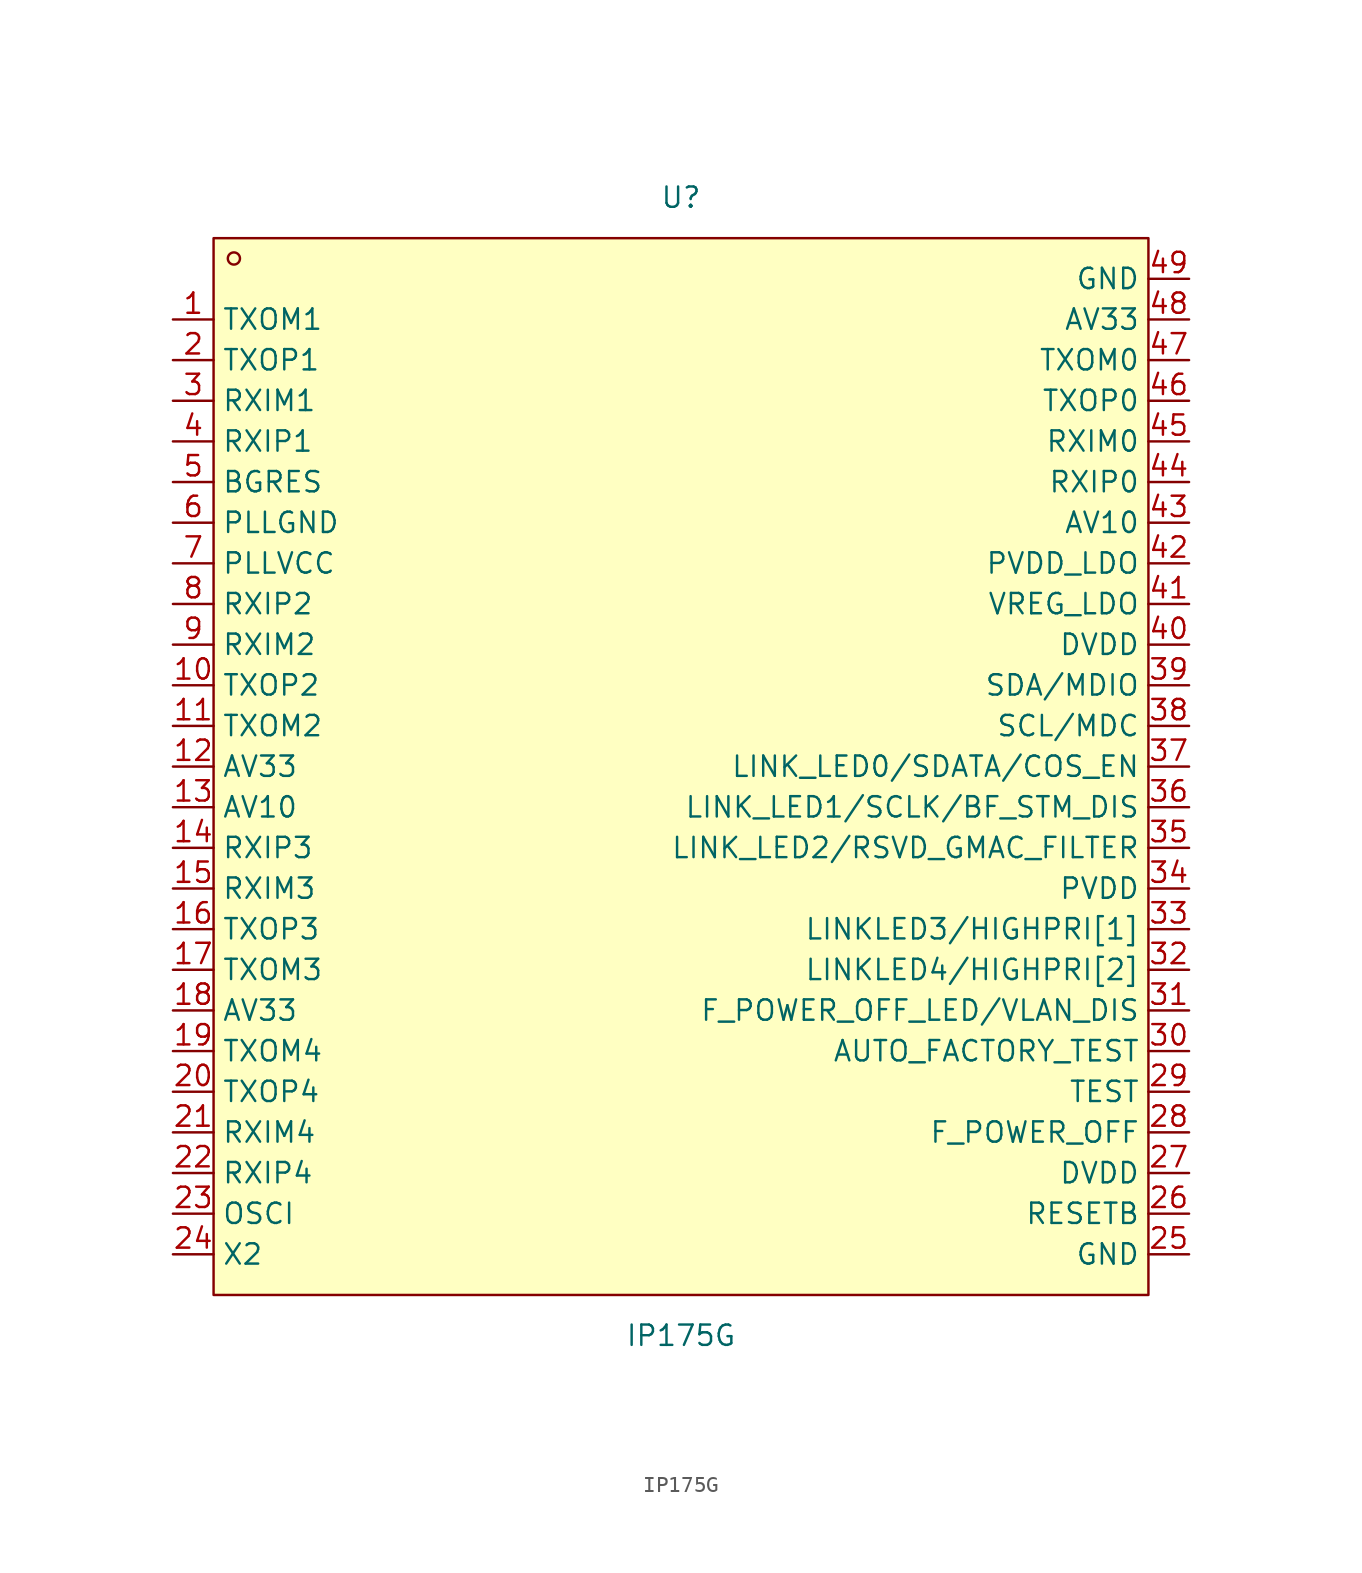
<source format=kicad_sym>
(kicad_symbol_lib
  (version 20231120)
  (generator "kicad_symbol_editor")
  (generator_version "8.0")
  (symbol "IP175G"
    (property "Reference" "U"
      (at 0 35.56 0)
      (effects (font (size 1.27 1.27))))
    (property "Value" "IP175G"
      (at 0 -35.56 0)
      (effects (font (size 1.27 1.27))))
    (symbol "IP175G_0_1"
      (rectangle (start -29.21 33.02) (end 29.21 -33.02) (stroke (width 0) (type default)) (fill (type background)))
      (circle (center -27.94 31.75) (radius 0.38) (stroke (width 0) (type default)) (fill (type none)))
      (pin unspecified line (at -31.75 27.94 0) (length 2.54) (name "TXOM1" (effects (font (size 1.27 1.27)))) (number "1" (effects (font (size 1.27 1.27)))))
      (pin unspecified line (at -31.75 5.08 0) (length 2.54) (name "TXOP2" (effects (font (size 1.27 1.27)))) (number "10" (effects (font (size 1.27 1.27)))))
      (pin unspecified line (at -31.75 2.54 0) (length 2.54) (name "TXOM2" (effects (font (size 1.27 1.27)))) (number "11" (effects (font (size 1.27 1.27)))))
      (pin unspecified line (at -31.75 0 0) (length 2.54) (name "AV33" (effects (font (size 1.27 1.27)))) (number "12" (effects (font (size 1.27 1.27)))))
      (pin unspecified line (at -31.75 -2.54 0) (length 2.54) (name "AV10" (effects (font (size 1.27 1.27)))) (number "13" (effects (font (size 1.27 1.27)))))
      (pin unspecified line (at -31.75 -5.08 0) (length 2.54) (name "RXIP3" (effects (font (size 1.27 1.27)))) (number "14" (effects (font (size 1.27 1.27)))))
      (pin unspecified line (at -31.75 -7.62 0) (length 2.54) (name "RXIM3" (effects (font (size 1.27 1.27)))) (number "15" (effects (font (size 1.27 1.27)))))
      (pin unspecified line (at -31.75 -10.16 0) (length 2.54) (name "TXOP3" (effects (font (size 1.27 1.27)))) (number "16" (effects (font (size 1.27 1.27)))))
      (pin unspecified line (at -31.75 -12.7 0) (length 2.54) (name "TXOM3" (effects (font (size 1.27 1.27)))) (number "17" (effects (font (size 1.27 1.27)))))
      (pin unspecified line (at -31.75 -15.24 0) (length 2.54) (name "AV33" (effects (font (size 1.27 1.27)))) (number "18" (effects (font (size 1.27 1.27)))))
      (pin unspecified line (at -31.75 -17.78 0) (length 2.54) (name "TXOM4" (effects (font (size 1.27 1.27)))) (number "19" (effects (font (size 1.27 1.27)))))
      (pin unspecified line (at -31.75 25.4 0) (length 2.54) (name "TXOP1" (effects (font (size 1.27 1.27)))) (number "2" (effects (font (size 1.27 1.27)))))
      (pin unspecified line (at -31.75 -20.32 0) (length 2.54) (name "TXOP4" (effects (font (size 1.27 1.27)))) (number "20" (effects (font (size 1.27 1.27)))))
      (pin unspecified line (at -31.75 -22.86 0) (length 2.54) (name "RXIM4" (effects (font (size 1.27 1.27)))) (number "21" (effects (font (size 1.27 1.27)))))
      (pin unspecified line (at -31.75 -25.4 0) (length 2.54) (name "RXIP4" (effects (font (size 1.27 1.27)))) (number "22" (effects (font (size 1.27 1.27)))))
      (pin unspecified line (at -31.75 -27.94 0) (length 2.54) (name "OSCI" (effects (font (size 1.27 1.27)))) (number "23" (effects (font (size 1.27 1.27)))))
      (pin unspecified line (at -31.75 -30.48 0) (length 2.54) (name "X2" (effects (font (size 1.27 1.27)))) (number "24" (effects (font (size 1.27 1.27)))))
      (pin unspecified line (at 31.75 -30.48 180) (length 2.54) (name "GND" (effects (font (size 1.27 1.27)))) (number "25" (effects (font (size 1.27 1.27)))))
      (pin unspecified line (at 31.75 -27.94 180) (length 2.54) (name "RESETB" (effects (font (size 1.27 1.27)))) (number "26" (effects (font (size 1.27 1.27)))))
      (pin unspecified line (at 31.75 -25.4 180) (length 2.54) (name "DVDD" (effects (font (size 1.27 1.27)))) (number "27" (effects (font (size 1.27 1.27)))))
      (pin unspecified line (at 31.75 -22.86 180) (length 2.54) (name "F_POWER_OFF" (effects (font (size 1.27 1.27)))) (number "28" (effects (font (size 1.27 1.27)))))
      (pin unspecified line (at 31.75 -20.32 180) (length 2.54) (name "TEST" (effects (font (size 1.27 1.27)))) (number "29" (effects (font (size 1.27 1.27)))))
      (pin unspecified line (at -31.75 22.86 0) (length 2.54) (name "RXIM1" (effects (font (size 1.27 1.27)))) (number "3" (effects (font (size 1.27 1.27)))))
      (pin unspecified line (at 31.75 -17.78 180) (length 2.54) (name "AUTO_FACTORY_TEST" (effects (font (size 1.27 1.27)))) (number "30" (effects (font (size 1.27 1.27)))))
      (pin unspecified line (at 31.75 -15.24 180) (length 2.54) (name "F_POWER_OFF_LED/VLAN_DIS" (effects (font (size 1.27 1.27)))) (number "31" (effects (font (size 1.27 1.27)))))
      (pin unspecified line (at 31.75 -12.7 180) (length 2.54) (name "LINKLED4/HIGHPRI[2]" (effects (font (size 1.27 1.27)))) (number "32" (effects (font (size 1.27 1.27)))))
      (pin unspecified line (at 31.75 -10.16 180) (length 2.54) (name "LINKLED3/HIGHPRI[1]" (effects (font (size 1.27 1.27)))) (number "33" (effects (font (size 1.27 1.27)))))
      (pin unspecified line (at 31.75 -7.62 180) (length 2.54) (name "PVDD" (effects (font (size 1.27 1.27)))) (number "34" (effects (font (size 1.27 1.27)))))
      (pin unspecified line (at 31.75 -5.08 180) (length 2.54) (name "LINK_LED2/RSVD_GMAC_FILTER" (effects (font (size 1.27 1.27)))) (number "35" (effects (font (size 1.27 1.27)))))
      (pin unspecified line (at 31.75 -2.54 180) (length 2.54) (name "LINK_LED1/SCLK/BF_STM_DIS" (effects (font (size 1.27 1.27)))) (number "36" (effects (font (size 1.27 1.27)))))
      (pin unspecified line (at 31.75 0 180) (length 2.54) (name "LINK_LED0/SDATA/COS_EN" (effects (font (size 1.27 1.27)))) (number "37" (effects (font (size 1.27 1.27)))))
      (pin unspecified line (at 31.75 2.54 180) (length 2.54) (name "SCL/MDC" (effects (font (size 1.27 1.27)))) (number "38" (effects (font (size 1.27 1.27)))))
      (pin unspecified line (at 31.75 5.08 180) (length 2.54) (name "SDA/MDIO" (effects (font (size 1.27 1.27)))) (number "39" (effects (font (size 1.27 1.27)))))
      (pin unspecified line (at -31.75 20.32 0) (length 2.54) (name "RXIP1" (effects (font (size 1.27 1.27)))) (number "4" (effects (font (size 1.27 1.27)))))
      (pin unspecified line (at 31.75 7.62 180) (length 2.54) (name "DVDD" (effects (font (size 1.27 1.27)))) (number "40" (effects (font (size 1.27 1.27)))))
      (pin unspecified line (at 31.75 10.16 180) (length 2.54) (name "VREG_LDO" (effects (font (size 1.27 1.27)))) (number "41" (effects (font (size 1.27 1.27)))))
      (pin unspecified line (at 31.75 12.7 180) (length 2.54) (name "PVDD_LDO" (effects (font (size 1.27 1.27)))) (number "42" (effects (font (size 1.27 1.27)))))
      (pin unspecified line (at 31.75 15.24 180) (length 2.54) (name "AV10" (effects (font (size 1.27 1.27)))) (number "43" (effects (font (size 1.27 1.27)))))
      (pin unspecified line (at 31.75 17.78 180) (length 2.54) (name "RXIP0" (effects (font (size 1.27 1.27)))) (number "44" (effects (font (size 1.27 1.27)))))
      (pin unspecified line (at 31.75 20.32 180) (length 2.54) (name "RXIM0" (effects (font (size 1.27 1.27)))) (number "45" (effects (font (size 1.27 1.27)))))
      (pin unspecified line (at 31.75 22.86 180) (length 2.54) (name "TXOP0" (effects (font (size 1.27 1.27)))) (number "46" (effects (font (size 1.27 1.27)))))
      (pin unspecified line (at 31.75 25.4 180) (length 2.54) (name "TXOM0" (effects (font (size 1.27 1.27)))) (number "47" (effects (font (size 1.27 1.27)))))
      (pin unspecified line (at 31.75 27.94 180) (length 2.54) (name "AV33" (effects (font (size 1.27 1.27)))) (number "48" (effects (font (size 1.27 1.27)))))
      (pin unspecified line (at 31.75 30.48 180) (length 2.54) (name "GND" (effects (font (size 1.27 1.27)))) (number "49" (effects (font (size 1.27 1.27)))))
      (pin unspecified line (at -31.75 17.78 0) (length 2.54) (name "BGRES" (effects (font (size 1.27 1.27)))) (number "5" (effects (font (size 1.27 1.27)))))
      (pin unspecified line (at -31.75 15.24 0) (length 2.54) (name "PLLGND" (effects (font (size 1.27 1.27)))) (number "6" (effects (font (size 1.27 1.27)))))
      (pin unspecified line (at -31.75 12.7 0) (length 2.54) (name "PLLVCC" (effects (font (size 1.27 1.27)))) (number "7" (effects (font (size 1.27 1.27)))))
      (pin unspecified line (at -31.75 10.16 0) (length 2.54) (name "RXIP2" (effects (font (size 1.27 1.27)))) (number "8" (effects (font (size 1.27 1.27)))))
      (pin unspecified line (at -31.75 7.62 0) (length 2.54) (name "RXIM2" (effects (font (size 1.27 1.27)))) (number "9" (effects (font (size 1.27 1.27))))))))
</source>
